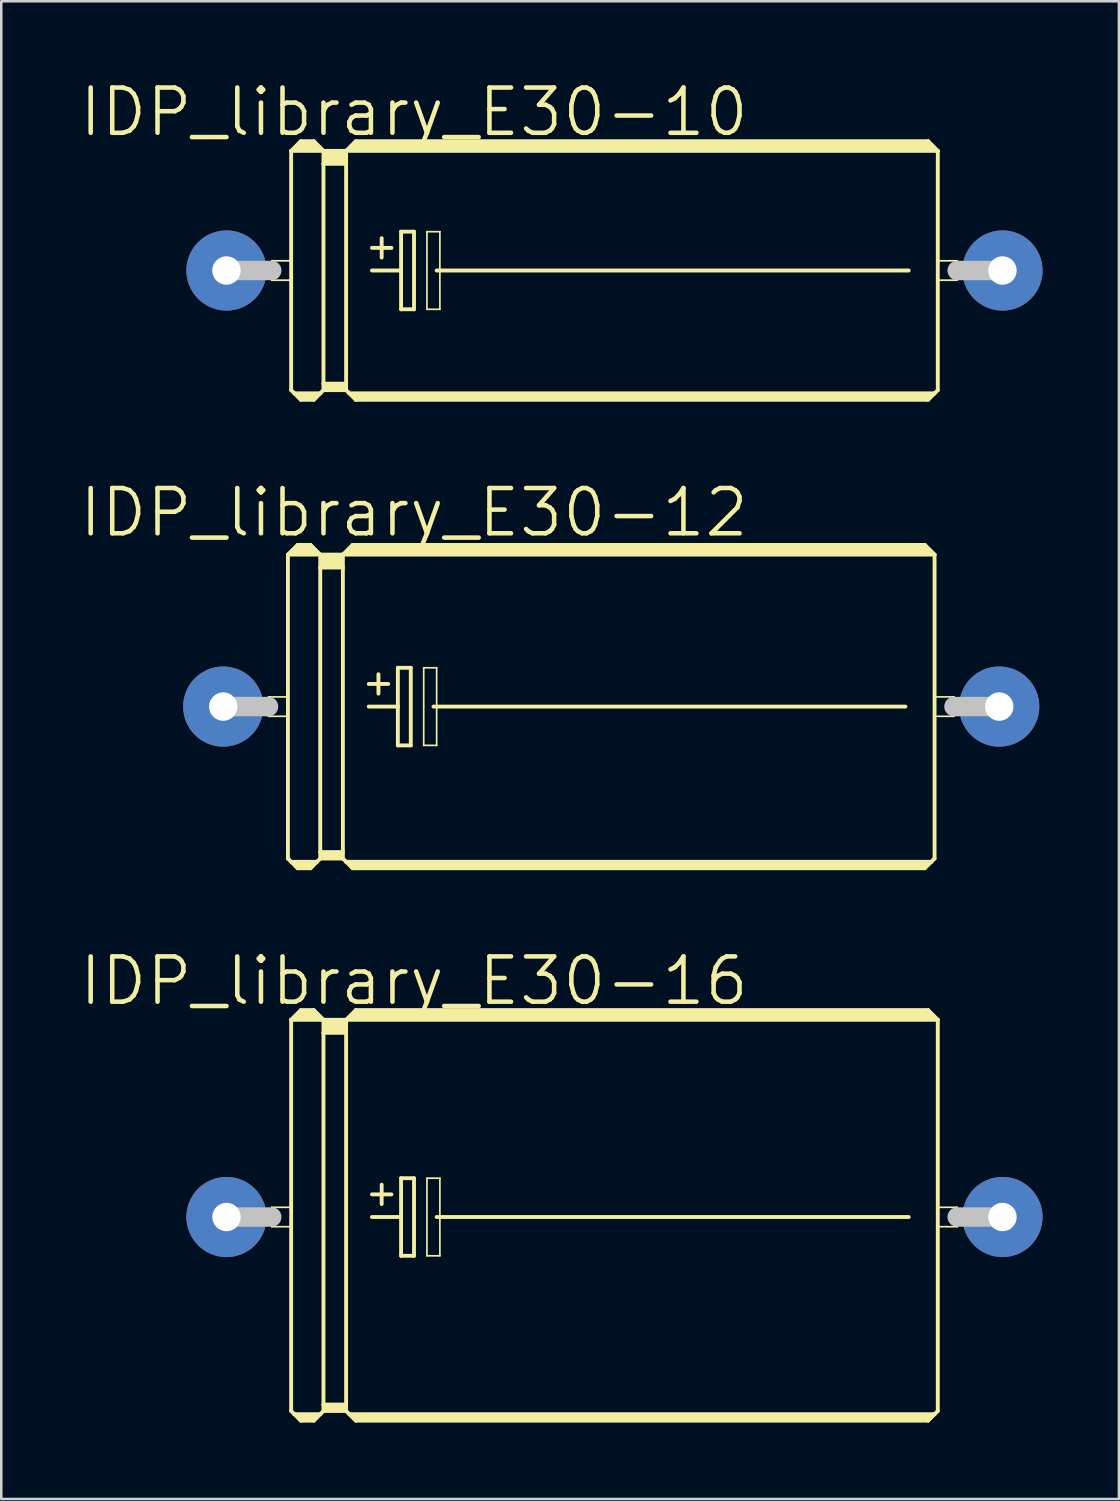
<source format=kicad_pcb>
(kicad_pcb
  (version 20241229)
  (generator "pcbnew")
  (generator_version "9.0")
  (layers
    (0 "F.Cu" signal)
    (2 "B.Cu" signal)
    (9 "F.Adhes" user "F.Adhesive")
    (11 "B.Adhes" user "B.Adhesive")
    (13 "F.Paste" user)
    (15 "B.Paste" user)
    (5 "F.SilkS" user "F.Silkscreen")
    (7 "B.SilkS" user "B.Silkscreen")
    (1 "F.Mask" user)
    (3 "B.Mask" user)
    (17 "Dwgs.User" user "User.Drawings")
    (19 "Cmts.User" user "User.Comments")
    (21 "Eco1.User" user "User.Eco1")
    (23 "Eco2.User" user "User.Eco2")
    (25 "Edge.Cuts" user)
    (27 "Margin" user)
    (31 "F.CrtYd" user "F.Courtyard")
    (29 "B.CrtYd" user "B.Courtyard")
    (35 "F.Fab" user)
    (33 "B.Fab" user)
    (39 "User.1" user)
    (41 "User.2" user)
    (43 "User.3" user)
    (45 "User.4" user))
  (footprint "IDP_library_E30-10"
    (layer "F.Cu")
    (at 21.086 7.575)
    (property "Reference" "IDP_library_E30-10" (at -7.874 -6.223 0) (layer "F.SilkS") (effects (font (size 1.778 1.778) (thickness 0.178))))
    (attr exclude_from_pos_files exclude_from_bom)
    (fp_line (start -13.462 -0.381) (end -12.7 -0.381) (stroke (width 0.066) (type solid)) (layer "F.SilkS"))
    (fp_line (start -13.462 0.381) (end -13.462 -0.381) (stroke (width 0.066) (type solid)) (layer "F.SilkS"))
    (fp_line (start -13.462 0.381) (end -12.7 0.381) (stroke (width 0.066) (type solid)) (layer "F.SilkS"))
    (fp_line (start -12.7 -4.699) (end -12.7 4.699) (stroke (width 0.152) (type solid)) (layer "F.SilkS"))
    (fp_line (start -12.7 -4.699) (end -12.319 -5.08) (stroke (width 0.152) (type solid)) (layer "F.SilkS"))
    (fp_line (start -12.7 -4.699) (end -11.43 -4.699) (stroke (width 0.152) (type solid)) (layer "F.SilkS"))
    (fp_line (start -12.7 0.381) (end -12.7 -0.381) (stroke (width 0.066) (type solid)) (layer "F.SilkS"))
    (fp_line (start -12.7 4.699) (end -12.573 4.826) (stroke (width 0.152) (type solid)) (layer "F.SilkS"))
    (fp_line (start -12.573 4.826) (end -12.319 5.08) (stroke (width 0.152) (type solid)) (layer "F.SilkS"))
    (fp_line (start -12.573 4.826) (end -11.557 4.826) (stroke (width 0.152) (type solid)) (layer "F.SilkS"))
    (fp_line (start -12.446 -4.826) (end -11.684 -4.826) (stroke (width 0.305) (type solid)) (layer "F.SilkS"))
    (fp_line (start -12.319 -5.08) (end -11.811 -5.08) (stroke (width 0.152) (type solid)) (layer "F.SilkS"))
    (fp_line (start -12.319 -4.953) (end -11.811 -4.953) (stroke (width 0.305) (type solid)) (layer "F.SilkS"))
    (fp_line (start -12.319 4.953) (end -11.811 4.953) (stroke (width 0.305) (type solid)) (layer "F.SilkS"))
    (fp_line (start -12.319 5.08) (end -11.811 5.08) (stroke (width 0.152) (type solid)) (layer "F.SilkS"))
    (fp_line (start -11.557 4.826) (end -11.811 5.08) (stroke (width 0.152) (type solid)) (layer "F.SilkS"))
    (fp_line (start -11.43 -4.699) (end -11.811 -5.08) (stroke (width 0.152) (type solid)) (layer "F.SilkS"))
    (fp_line (start -11.43 -4.699) (end -11.43 -4.191) (stroke (width 0.152) (type solid)) (layer "F.SilkS"))
    (fp_line (start -11.43 -4.699) (end -10.541 -4.699) (stroke (width 0.152) (type solid)) (layer "F.SilkS"))
    (fp_line (start -11.43 -4.191) (end -11.43 4.445) (stroke (width 0.152) (type solid)) (layer "F.SilkS"))
    (fp_line (start -11.43 -4.191) (end -10.541 -4.191) (stroke (width 0.152) (type solid)) (layer "F.SilkS"))
    (fp_line (start -11.43 4.445) (end -11.43 4.699) (stroke (width 0.152) (type solid)) (layer "F.SilkS"))
    (fp_line (start -11.43 4.445) (end -10.541 4.445) (stroke (width 0.152) (type solid)) (layer "F.SilkS"))
    (fp_line (start -11.43 4.699) (end -11.557 4.826) (stroke (width 0.152) (type solid)) (layer "F.SilkS"))
    (fp_line (start -11.43 4.699) (end -10.541 4.699) (stroke (width 0.152) (type solid)) (layer "F.SilkS"))
    (fp_line (start -11.303 -4.572) (end -10.668 -4.572) (stroke (width 0.305) (type solid)) (layer "F.SilkS"))
    (fp_line (start -11.303 -4.318) (end -10.668 -4.318) (stroke (width 0.305) (type solid)) (layer "F.SilkS"))
    (fp_line (start -11.303 4.572) (end -10.668 4.572) (stroke (width 0.305) (type solid)) (layer "F.SilkS"))
    (fp_line (start -10.541 -4.699) (end -10.541 -4.191) (stroke (width 0.152) (type solid)) (layer "F.SilkS"))
    (fp_line (start -10.541 -4.699) (end -10.16 -5.08) (stroke (width 0.152) (type solid)) (layer "F.SilkS"))
    (fp_line (start -10.541 -4.699) (end 12.7 -4.699) (stroke (width 0.152) (type solid)) (layer "F.SilkS"))
    (fp_line (start -10.541 -4.191) (end -10.541 4.445) (stroke (width 0.152) (type solid)) (layer "F.SilkS"))
    (fp_line (start -10.541 4.445) (end -10.541 4.699) (stroke (width 0.152) (type solid)) (layer "F.SilkS"))
    (fp_line (start -10.414 4.826) (end -10.541 4.699) (stroke (width 0.152) (type solid)) (layer "F.SilkS"))
    (fp_line (start -10.414 4.826) (end 12.573 4.826) (stroke (width 0.152) (type solid)) (layer "F.SilkS"))
    (fp_line (start -10.287 -4.826) (end 12.446 -4.826) (stroke (width 0.305) (type solid)) (layer "F.SilkS"))
    (fp_line (start -10.16 -4.953) (end 12.319 -4.953) (stroke (width 0.305) (type solid)) (layer "F.SilkS"))
    (fp_line (start -10.16 4.953) (end 12.319 4.953) (stroke (width 0.305) (type solid)) (layer "F.SilkS"))
    (fp_line (start -10.16 5.08) (end -10.414 4.826) (stroke (width 0.152) (type solid)) (layer "F.SilkS"))
    (fp_line (start -9.525 -0.889) (end -8.76 -0.889) (stroke (width 0.152) (type solid)) (layer "F.SilkS"))
    (fp_line (start -9.525 0) (end -8.382 0) (stroke (width 0.152) (type solid)) (layer "F.SilkS"))
    (fp_line (start -9.144 -1.27) (end -9.144 -0.508) (stroke (width 0.152) (type solid)) (layer "F.SilkS"))
    (fp_line (start -8.382 -1.524) (end -8.382 0) (stroke (width 0.152) (type solid)) (layer "F.SilkS"))
    (fp_line (start -8.382 0) (end -8.382 1.524) (stroke (width 0.152) (type solid)) (layer "F.SilkS"))
    (fp_line (start -8.382 1.524) (end -7.874 1.524) (stroke (width 0.152) (type solid)) (layer "F.SilkS"))
    (fp_line (start -7.874 -1.524) (end -8.382 -1.524) (stroke (width 0.152) (type solid)) (layer "F.SilkS"))
    (fp_line (start -7.874 1.524) (end -7.874 -1.524) (stroke (width 0.152) (type solid)) (layer "F.SilkS"))
    (fp_line (start -7.366 -1.524) (end -6.858 -1.524) (stroke (width 0.066) (type solid)) (layer "F.SilkS"))
    (fp_line (start -7.366 1.524) (end -7.366 -1.524) (stroke (width 0.066) (type solid)) (layer "F.SilkS"))
    (fp_line (start -7.366 1.524) (end -6.858 1.524) (stroke (width 0.066) (type solid)) (layer "F.SilkS"))
    (fp_line (start -6.985 0) (end 11.557 0) (stroke (width 0.152) (type solid)) (layer "F.SilkS"))
    (fp_line (start -6.858 1.524) (end -6.858 -1.524) (stroke (width 0.066) (type solid)) (layer "F.SilkS"))
    (fp_line (start 12.319 -5.08) (end -10.16 -5.08) (stroke (width 0.152) (type solid)) (layer "F.SilkS"))
    (fp_line (start 12.319 5.08) (end -10.16 5.08) (stroke (width 0.152) (type solid)) (layer "F.SilkS"))
    (fp_line (start 12.573 4.826) (end 12.319 5.08) (stroke (width 0.152) (type solid)) (layer "F.SilkS"))
    (fp_line (start 12.7 -4.699) (end 12.319 -5.08) (stroke (width 0.152) (type solid)) (layer "F.SilkS"))
    (fp_line (start 12.7 -4.699) (end 12.7 4.699) (stroke (width 0.152) (type solid)) (layer "F.SilkS"))
    (fp_line (start 12.7 -0.381) (end 13.462 -0.381) (stroke (width 0.066) (type solid)) (layer "F.SilkS"))
    (fp_line (start 12.7 0.381) (end 12.7 -0.381) (stroke (width 0.066) (type solid)) (layer "F.SilkS"))
    (fp_line (start 12.7 0.381) (end 13.462 0.381) (stroke (width 0.066) (type solid)) (layer "F.SilkS"))
    (fp_line (start 12.7 4.699) (end 12.573 4.826) (stroke (width 0.152) (type solid)) (layer "F.SilkS"))
    (fp_line (start 13.462 0.381) (end 13.462 -0.381) (stroke (width 0.066) (type solid)) (layer "F.SilkS"))
    (fp_line (start -15.24 0) (end -13.462 0) (stroke (width 0.762) (type solid)) (layer "Dwgs.User"))
    (fp_line (start 15.24 0) (end 13.462 0) (stroke (width 0.762) (type solid)) (layer "Dwgs.User"))
    (pad "+" thru_hole circle (at -15.24 0) (size 3.15 3.15) (drill 1.118) (layers "*.Cu" "*.Paste" "*.Mask"))
    (pad "-" thru_hole circle (at 15.24 0) (size 3.15 3.15) (drill 1.118) (layers "*.Cu" "*.Paste" "*.Mask")))
  (footprint "IDP_library_E30-12"
    (layer "F.Cu")
    (at 20.959 24.704)
    (property "Reference" "IDP_library_E30-12" (at -7.747 -7.62 0) (layer "F.SilkS") (effects (font (size 1.778 1.778) (thickness 0.178))))
    (attr exclude_from_pos_files exclude_from_bom)
    (fp_line (start -13.462 -0.381) (end -12.7 -0.381) (stroke (width 0.066) (type solid)) (layer "F.SilkS"))
    (fp_line (start -13.462 0.381) (end -13.462 -0.381) (stroke (width 0.066) (type solid)) (layer "F.SilkS"))
    (fp_line (start -13.462 0.381) (end -12.7 0.381) (stroke (width 0.066) (type solid)) (layer "F.SilkS"))
    (fp_line (start -12.7 -5.969) (end -12.7 5.969) (stroke (width 0.152) (type solid)) (layer "F.SilkS"))
    (fp_line (start -12.7 -5.969) (end -12.319 -6.35) (stroke (width 0.152) (type solid)) (layer "F.SilkS"))
    (fp_line (start -12.7 -5.969) (end -11.43 -5.969) (stroke (width 0.152) (type solid)) (layer "F.SilkS"))
    (fp_line (start -12.7 0.381) (end -12.7 -0.381) (stroke (width 0.066) (type solid)) (layer "F.SilkS"))
    (fp_line (start -12.7 5.969) (end -12.573 6.096) (stroke (width 0.152) (type solid)) (layer "F.SilkS"))
    (fp_line (start -12.573 6.096) (end -12.319 6.35) (stroke (width 0.152) (type solid)) (layer "F.SilkS"))
    (fp_line (start -12.573 6.096) (end -11.557 6.096) (stroke (width 0.152) (type solid)) (layer "F.SilkS"))
    (fp_line (start -12.446 -6.096) (end -11.684 -6.096) (stroke (width 0.305) (type solid)) (layer "F.SilkS"))
    (fp_line (start -12.319 -6.35) (end -11.811 -6.35) (stroke (width 0.152) (type solid)) (layer "F.SilkS"))
    (fp_line (start -12.319 -6.223) (end -11.811 -6.223) (stroke (width 0.305) (type solid)) (layer "F.SilkS"))
    (fp_line (start -12.319 6.223) (end -11.811 6.223) (stroke (width 0.305) (type solid)) (layer "F.SilkS"))
    (fp_line (start -12.319 6.35) (end -11.811 6.35) (stroke (width 0.152) (type solid)) (layer "F.SilkS"))
    (fp_line (start -11.557 6.096) (end -11.811 6.35) (stroke (width 0.152) (type solid)) (layer "F.SilkS"))
    (fp_line (start -11.43 -5.969) (end -11.811 -6.35) (stroke (width 0.152) (type solid)) (layer "F.SilkS"))
    (fp_line (start -11.43 -5.969) (end -11.43 -5.461) (stroke (width 0.152) (type solid)) (layer "F.SilkS"))
    (fp_line (start -11.43 -5.969) (end -10.541 -5.969) (stroke (width 0.152) (type solid)) (layer "F.SilkS"))
    (fp_line (start -11.43 -5.461) (end -11.43 5.715) (stroke (width 0.152) (type solid)) (layer "F.SilkS"))
    (fp_line (start -11.43 -5.461) (end -10.541 -5.461) (stroke (width 0.152) (type solid)) (layer "F.SilkS"))
    (fp_line (start -11.43 5.715) (end -11.43 5.969) (stroke (width 0.152) (type solid)) (layer "F.SilkS"))
    (fp_line (start -11.43 5.715) (end -10.541 5.715) (stroke (width 0.152) (type solid)) (layer "F.SilkS"))
    (fp_line (start -11.43 5.969) (end -11.557 6.096) (stroke (width 0.152) (type solid)) (layer "F.SilkS"))
    (fp_line (start -11.43 5.969) (end -10.541 5.969) (stroke (width 0.152) (type solid)) (layer "F.SilkS"))
    (fp_line (start -11.303 -5.842) (end -10.668 -5.842) (stroke (width 0.305) (type solid)) (layer "F.SilkS"))
    (fp_line (start -11.303 -5.588) (end -10.668 -5.588) (stroke (width 0.305) (type solid)) (layer "F.SilkS"))
    (fp_line (start -11.303 5.842) (end -10.668 5.842) (stroke (width 0.305) (type solid)) (layer "F.SilkS"))
    (fp_line (start -10.541 -5.969) (end -10.541 -5.461) (stroke (width 0.152) (type solid)) (layer "F.SilkS"))
    (fp_line (start -10.541 -5.969) (end -10.16 -6.35) (stroke (width 0.152) (type solid)) (layer "F.SilkS"))
    (fp_line (start -10.541 -5.969) (end 12.7 -5.969) (stroke (width 0.152) (type solid)) (layer "F.SilkS"))
    (fp_line (start -10.541 -5.461) (end -10.541 5.715) (stroke (width 0.152) (type solid)) (layer "F.SilkS"))
    (fp_line (start -10.541 5.715) (end -10.541 5.969) (stroke (width 0.152) (type solid)) (layer "F.SilkS"))
    (fp_line (start -10.414 6.096) (end -10.541 5.969) (stroke (width 0.152) (type solid)) (layer "F.SilkS"))
    (fp_line (start -10.414 6.096) (end 12.573 6.096) (stroke (width 0.152) (type solid)) (layer "F.SilkS"))
    (fp_line (start -10.287 -6.096) (end 12.446 -6.096) (stroke (width 0.305) (type solid)) (layer "F.SilkS"))
    (fp_line (start -10.16 -6.223) (end 12.319 -6.223) (stroke (width 0.305) (type solid)) (layer "F.SilkS"))
    (fp_line (start -10.16 6.223) (end 12.319 6.223) (stroke (width 0.305) (type solid)) (layer "F.SilkS"))
    (fp_line (start -10.16 6.35) (end -10.414 6.096) (stroke (width 0.152) (type solid)) (layer "F.SilkS"))
    (fp_line (start -9.525 -0.889) (end -8.76 -0.889) (stroke (width 0.152) (type solid)) (layer "F.SilkS"))
    (fp_line (start -9.525 0) (end -8.382 0) (stroke (width 0.152) (type solid)) (layer "F.SilkS"))
    (fp_line (start -9.144 -1.27) (end -9.144 -0.508) (stroke (width 0.152) (type solid)) (layer "F.SilkS"))
    (fp_line (start -8.382 -1.524) (end -8.382 0) (stroke (width 0.152) (type solid)) (layer "F.SilkS"))
    (fp_line (start -8.382 0) (end -8.382 1.524) (stroke (width 0.152) (type solid)) (layer "F.SilkS"))
    (fp_line (start -8.382 1.524) (end -7.874 1.524) (stroke (width 0.152) (type solid)) (layer "F.SilkS"))
    (fp_line (start -7.874 -1.524) (end -8.382 -1.524) (stroke (width 0.152) (type solid)) (layer "F.SilkS"))
    (fp_line (start -7.874 1.524) (end -7.874 -1.524) (stroke (width 0.152) (type solid)) (layer "F.SilkS"))
    (fp_line (start -7.366 -1.524) (end -6.858 -1.524) (stroke (width 0.066) (type solid)) (layer "F.SilkS"))
    (fp_line (start -7.366 1.524) (end -7.366 -1.524) (stroke (width 0.066) (type solid)) (layer "F.SilkS"))
    (fp_line (start -7.366 1.524) (end -6.858 1.524) (stroke (width 0.066) (type solid)) (layer "F.SilkS"))
    (fp_line (start -6.985 0) (end 11.557 0) (stroke (width 0.152) (type solid)) (layer "F.SilkS"))
    (fp_line (start -6.858 1.524) (end -6.858 -1.524) (stroke (width 0.066) (type solid)) (layer "F.SilkS"))
    (fp_line (start 12.319 -6.35) (end -10.16 -6.35) (stroke (width 0.152) (type solid)) (layer "F.SilkS"))
    (fp_line (start 12.319 6.35) (end -10.16 6.35) (stroke (width 0.152) (type solid)) (layer "F.SilkS"))
    (fp_line (start 12.573 6.096) (end 12.319 6.35) (stroke (width 0.152) (type solid)) (layer "F.SilkS"))
    (fp_line (start 12.7 -5.969) (end 12.319 -6.35) (stroke (width 0.152) (type solid)) (layer "F.SilkS"))
    (fp_line (start 12.7 -5.969) (end 12.7 5.969) (stroke (width 0.152) (type solid)) (layer "F.SilkS"))
    (fp_line (start 12.7 -0.381) (end 13.462 -0.381) (stroke (width 0.066) (type solid)) (layer "F.SilkS"))
    (fp_line (start 12.7 0.381) (end 12.7 -0.381) (stroke (width 0.066) (type solid)) (layer "F.SilkS"))
    (fp_line (start 12.7 0.381) (end 13.462 0.381) (stroke (width 0.066) (type solid)) (layer "F.SilkS"))
    (fp_line (start 12.7 5.969) (end 12.573 6.096) (stroke (width 0.152) (type solid)) (layer "F.SilkS"))
    (fp_line (start 13.462 0.381) (end 13.462 -0.381) (stroke (width 0.066) (type solid)) (layer "F.SilkS"))
    (fp_line (start -15.24 0) (end -13.462 0) (stroke (width 0.762) (type solid)) (layer "Dwgs.User"))
    (fp_line (start 15.24 0) (end 13.462 0) (stroke (width 0.762) (type solid)) (layer "Dwgs.User"))
    (pad "+" thru_hole circle (at -15.24 0) (size 3.15 3.15) (drill 1.118) (layers "*.Cu" "*.Paste" "*.Mask"))
    (pad "-" thru_hole circle (at 15.24 0) (size 3.15 3.15) (drill 1.118) (layers "*.Cu" "*.Paste" "*.Mask")))
  (footprint "IDP_library_E30-16"
    (layer "F.Cu")
    (at 21.086 44.753)
    (property "Reference" "IDP_library_E30-16" (at -7.874 -9.271 0) (layer "F.SilkS") (effects (font (size 1.778 1.778) (thickness 0.178))))
    (attr exclude_from_pos_files exclude_from_bom)
    (fp_line (start -13.462 -0.381) (end -12.7 -0.381) (stroke (width 0.066) (type solid)) (layer "F.SilkS"))
    (fp_line (start -13.462 0.381) (end -13.462 -0.381) (stroke (width 0.066) (type solid)) (layer "F.SilkS"))
    (fp_line (start -13.462 0.381) (end -12.7 0.381) (stroke (width 0.066) (type solid)) (layer "F.SilkS"))
    (fp_line (start -12.7 -7.747) (end -12.7 7.62) (stroke (width 0.152) (type solid)) (layer "F.SilkS"))
    (fp_line (start -12.7 -7.747) (end -12.319 -8.128) (stroke (width 0.152) (type solid)) (layer "F.SilkS"))
    (fp_line (start -12.7 -7.747) (end -11.43 -7.747) (stroke (width 0.152) (type solid)) (layer "F.SilkS"))
    (fp_line (start -12.7 0.381) (end -12.7 -0.381) (stroke (width 0.066) (type solid)) (layer "F.SilkS"))
    (fp_line (start -12.7 7.62) (end -12.573 7.747) (stroke (width 0.152) (type solid)) (layer "F.SilkS"))
    (fp_line (start -12.573 7.747) (end -12.319 8.001) (stroke (width 0.152) (type solid)) (layer "F.SilkS"))
    (fp_line (start -12.573 7.747) (end -11.557 7.747) (stroke (width 0.152) (type solid)) (layer "F.SilkS"))
    (fp_line (start -12.446 -7.874) (end -11.684 -7.874) (stroke (width 0.305) (type solid)) (layer "F.SilkS"))
    (fp_line (start -12.319 -8.128) (end -11.811 -8.128) (stroke (width 0.152) (type solid)) (layer "F.SilkS"))
    (fp_line (start -12.319 -8.001) (end -11.811 -8.001) (stroke (width 0.305) (type solid)) (layer "F.SilkS"))
    (fp_line (start -12.319 7.874) (end -11.811 7.874) (stroke (width 0.305) (type solid)) (layer "F.SilkS"))
    (fp_line (start -12.319 8.001) (end -11.811 8.001) (stroke (width 0.152) (type solid)) (layer "F.SilkS"))
    (fp_line (start -11.557 7.747) (end -11.811 8.001) (stroke (width 0.152) (type solid)) (layer "F.SilkS"))
    (fp_line (start -11.43 -7.747) (end -11.811 -8.128) (stroke (width 0.152) (type solid)) (layer "F.SilkS"))
    (fp_line (start -11.43 -7.747) (end -11.43 -7.236) (stroke (width 0.152) (type solid)) (layer "F.SilkS"))
    (fp_line (start -11.43 -7.747) (end -10.541 -7.747) (stroke (width 0.152) (type solid)) (layer "F.SilkS"))
    (fp_line (start -11.43 -7.236) (end -11.43 7.366) (stroke (width 0.152) (type solid)) (layer "F.SilkS"))
    (fp_line (start -11.43 -7.236) (end -10.541 -7.236) (stroke (width 0.152) (type solid)) (layer "F.SilkS"))
    (fp_line (start -11.43 7.366) (end -11.43 7.62) (stroke (width 0.152) (type solid)) (layer "F.SilkS"))
    (fp_line (start -11.43 7.366) (end -10.541 7.366) (stroke (width 0.152) (type solid)) (layer "F.SilkS"))
    (fp_line (start -11.43 7.62) (end -11.557 7.747) (stroke (width 0.152) (type solid)) (layer "F.SilkS"))
    (fp_line (start -11.43 7.62) (end -10.541 7.62) (stroke (width 0.152) (type solid)) (layer "F.SilkS"))
    (fp_line (start -11.303 -7.62) (end -10.668 -7.62) (stroke (width 0.305) (type solid)) (layer "F.SilkS"))
    (fp_line (start -11.303 -7.366) (end -10.668 -7.366) (stroke (width 0.305) (type solid)) (layer "F.SilkS"))
    (fp_line (start -11.303 7.493) (end -10.668 7.493) (stroke (width 0.305) (type solid)) (layer "F.SilkS"))
    (fp_line (start -10.541 -7.747) (end -10.541 -7.236) (stroke (width 0.152) (type solid)) (layer "F.SilkS"))
    (fp_line (start -10.541 -7.747) (end -10.16 -8.128) (stroke (width 0.152) (type solid)) (layer "F.SilkS"))
    (fp_line (start -10.541 -7.747) (end 12.7 -7.747) (stroke (width 0.152) (type solid)) (layer "F.SilkS"))
    (fp_line (start -10.541 -7.236) (end -10.541 7.366) (stroke (width 0.152) (type solid)) (layer "F.SilkS"))
    (fp_line (start -10.541 7.366) (end -10.541 7.62) (stroke (width 0.152) (type solid)) (layer "F.SilkS"))
    (fp_line (start -10.414 7.747) (end -10.541 7.62) (stroke (width 0.152) (type solid)) (layer "F.SilkS"))
    (fp_line (start -10.414 7.747) (end 12.573 7.747) (stroke (width 0.152) (type solid)) (layer "F.SilkS"))
    (fp_line (start -10.287 -7.874) (end 12.446 -7.874) (stroke (width 0.305) (type solid)) (layer "F.SilkS"))
    (fp_line (start -10.16 -8.001) (end 12.319 -8.001) (stroke (width 0.305) (type solid)) (layer "F.SilkS"))
    (fp_line (start -10.16 7.874) (end 12.319 7.874) (stroke (width 0.305) (type solid)) (layer "F.SilkS"))
    (fp_line (start -10.16 8.001) (end -10.414 7.747) (stroke (width 0.152) (type solid)) (layer "F.SilkS"))
    (fp_line (start -9.525 -0.889) (end -8.76 -0.889) (stroke (width 0.152) (type solid)) (layer "F.SilkS"))
    (fp_line (start -9.525 0) (end -8.382 0) (stroke (width 0.152) (type solid)) (layer "F.SilkS"))
    (fp_line (start -9.144 -1.27) (end -9.144 -0.508) (stroke (width 0.152) (type solid)) (layer "F.SilkS"))
    (fp_line (start -8.382 -1.524) (end -8.382 0) (stroke (width 0.152) (type solid)) (layer "F.SilkS"))
    (fp_line (start -8.382 0) (end -8.382 1.524) (stroke (width 0.152) (type solid)) (layer "F.SilkS"))
    (fp_line (start -8.382 1.524) (end -7.874 1.524) (stroke (width 0.152) (type solid)) (layer "F.SilkS"))
    (fp_line (start -7.874 -1.524) (end -8.382 -1.524) (stroke (width 0.152) (type solid)) (layer "F.SilkS"))
    (fp_line (start -7.874 1.524) (end -7.874 -1.524) (stroke (width 0.152) (type solid)) (layer "F.SilkS"))
    (fp_line (start -7.366 -1.524) (end -6.858 -1.524) (stroke (width 0.066) (type solid)) (layer "F.SilkS"))
    (fp_line (start -7.366 1.524) (end -7.366 -1.524) (stroke (width 0.066) (type solid)) (layer "F.SilkS"))
    (fp_line (start -7.366 1.524) (end -6.858 1.524) (stroke (width 0.066) (type solid)) (layer "F.SilkS"))
    (fp_line (start -6.985 0) (end 11.557 0) (stroke (width 0.152) (type solid)) (layer "F.SilkS"))
    (fp_line (start -6.858 1.524) (end -6.858 -1.524) (stroke (width 0.066) (type solid)) (layer "F.SilkS"))
    (fp_line (start 12.319 -8.128) (end -10.16 -8.128) (stroke (width 0.152) (type solid)) (layer "F.SilkS"))
    (fp_line (start 12.319 8.001) (end -10.16 8.001) (stroke (width 0.152) (type solid)) (layer "F.SilkS"))
    (fp_line (start 12.573 7.747) (end 12.319 8.001) (stroke (width 0.152) (type solid)) (layer "F.SilkS"))
    (fp_line (start 12.7 -7.747) (end 12.319 -8.128) (stroke (width 0.152) (type solid)) (layer "F.SilkS"))
    (fp_line (start 12.7 -7.747) (end 12.7 7.62) (stroke (width 0.152) (type solid)) (layer "F.SilkS"))
    (fp_line (start 12.7 -0.381) (end 13.462 -0.381) (stroke (width 0.066) (type solid)) (layer "F.SilkS"))
    (fp_line (start 12.7 0.381) (end 12.7 -0.381) (stroke (width 0.066) (type solid)) (layer "F.SilkS"))
    (fp_line (start 12.7 0.381) (end 13.462 0.381) (stroke (width 0.066) (type solid)) (layer "F.SilkS"))
    (fp_line (start 12.7 7.62) (end 12.573 7.747) (stroke (width 0.152) (type solid)) (layer "F.SilkS"))
    (fp_line (start 13.462 0.381) (end 13.462 -0.381) (stroke (width 0.066) (type solid)) (layer "F.SilkS"))
    (fp_line (start -15.24 0) (end -13.462 0) (stroke (width 0.762) (type solid)) (layer "Dwgs.User"))
    (fp_line (start 15.24 0) (end 13.462 0) (stroke (width 0.762) (type solid)) (layer "Dwgs.User"))
    (pad "+" thru_hole circle (at -15.24 0) (size 3.15 3.15) (drill 1.118) (layers "*.Cu" "*.Paste" "*.Mask"))
    (pad "-" thru_hole circle (at 15.24 0) (size 3.15 3.15) (drill 1.118) (layers "*.Cu" "*.Paste" "*.Mask")))
  (gr_rect
    (start -3 -3)
    (end 40.901 55.83)
    (stroke (width 0.1) (type default))
    (fill no)
    (layer "Edge.Cuts")))
</source>
